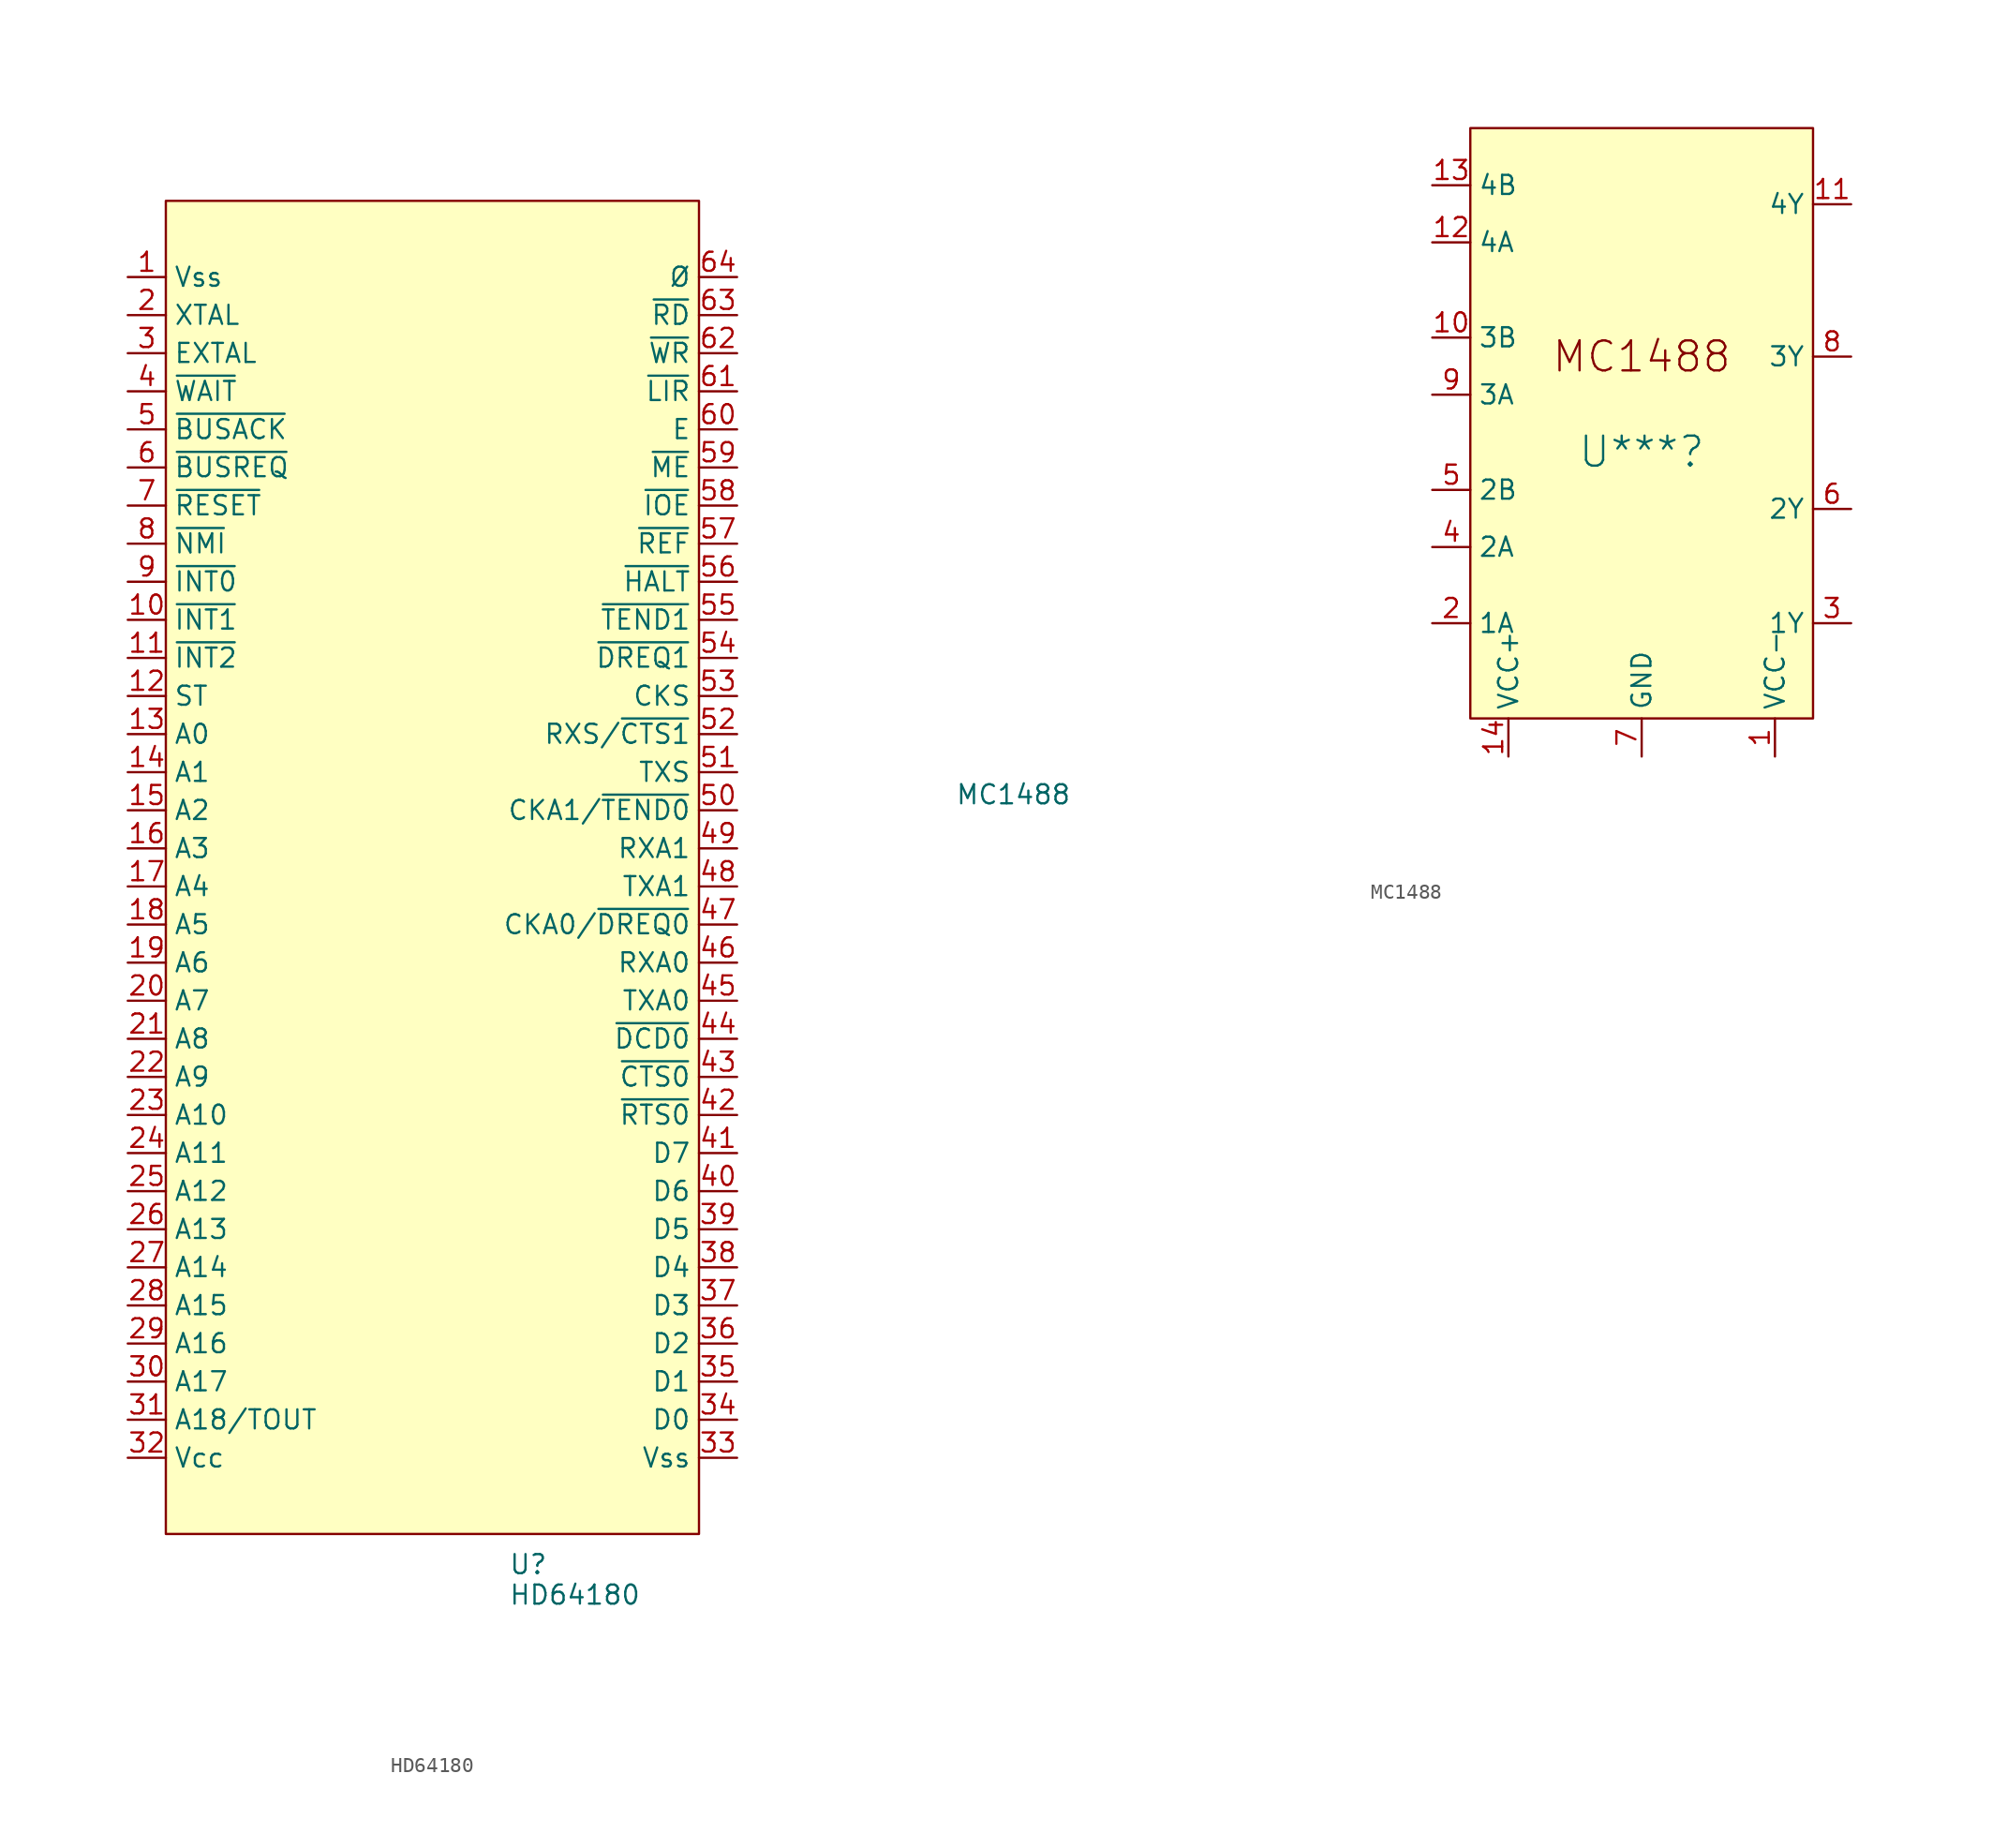
<source format=kicad_sym>
(kicad_symbol_lib
  (version 20231120)
  (generator "kicad_symbol_editor")
  (generator_version "8.0")
  (symbol "HD64180"
    (property "Reference" "U"
      (at 5.08 -46.482 0)
      (effects (font (size 1.27 1.27)) (justify left)))
    (property "Value" "HD64180"
      (at 5.08 -48.514 0)
      (effects (font (size 1.27 1.27)) (justify left)))
    (symbol "HD64180_0_0"
      (pin power_in line (at -20.32 39.37 0) (length 2.54) (name "Vss" (effects (font (size 1.27 1.27)))) (number "1" (effects (font (size 1.27 1.27)))))
      (pin input line (at -20.32 16.51 0) (length 2.54) (name "~{INT1}" (effects (font (size 1.27 1.27)))) (number "10" (effects (font (size 1.27 1.27)))))
      (pin input line (at -20.32 13.97 0) (length 2.54) (name "~{INT2}" (effects (font (size 1.27 1.27)))) (number "11" (effects (font (size 1.27 1.27)))))
      (pin output line (at -20.32 11.43 0) (length 2.54) (name "ST" (effects (font (size 1.27 1.27)))) (number "12" (effects (font (size 1.27 1.27)))))
      (pin output line (at -20.32 8.89 0) (length 2.54) (name "A0" (effects (font (size 1.27 1.27)))) (number "13" (effects (font (size 1.27 1.27)))))
      (pin output line (at -20.32 6.35 0) (length 2.54) (name "A1" (effects (font (size 1.27 1.27)))) (number "14" (effects (font (size 1.27 1.27)))))
      (pin output line (at -20.32 3.81 0) (length 2.54) (name "A2" (effects (font (size 1.27 1.27)))) (number "15" (effects (font (size 1.27 1.27)))))
      (pin output line (at -20.32 1.27 0) (length 2.54) (name "A3" (effects (font (size 1.27 1.27)))) (number "16" (effects (font (size 1.27 1.27)))))
      (pin output line (at -20.32 -1.27 0) (length 2.54) (name "A4" (effects (font (size 1.27 1.27)))) (number "17" (effects (font (size 1.27 1.27)))))
      (pin output line (at -20.32 -3.81 0) (length 2.54) (name "A5" (effects (font (size 1.27 1.27)))) (number "18" (effects (font (size 1.27 1.27)))))
      (pin output line (at -20.32 -6.35 0) (length 2.54) (name "A6" (effects (font (size 1.27 1.27)))) (number "19" (effects (font (size 1.27 1.27)))))
      (pin input line (at -20.32 36.83 0) (length 2.54) (name "XTAL" (effects (font (size 1.27 1.27)))) (number "2" (effects (font (size 1.27 1.27)))))
      (pin output line (at -20.32 -8.89 0) (length 2.54) (name "A7" (effects (font (size 1.27 1.27)))) (number "20" (effects (font (size 1.27 1.27)))))
      (pin output line (at -20.32 -11.43 0) (length 2.54) (name "A8" (effects (font (size 1.27 1.27)))) (number "21" (effects (font (size 1.27 1.27)))))
      (pin output line (at -20.32 -13.97 0) (length 2.54) (name "A9" (effects (font (size 1.27 1.27)))) (number "22" (effects (font (size 1.27 1.27)))))
      (pin output line (at -20.32 -16.51 0) (length 2.54) (name "A10" (effects (font (size 1.27 1.27)))) (number "23" (effects (font (size 1.27 1.27)))))
      (pin output line (at -20.32 -19.05 0) (length 2.54) (name "A11" (effects (font (size 1.27 1.27)))) (number "24" (effects (font (size 1.27 1.27)))))
      (pin output line (at -20.32 -21.59 0) (length 2.54) (name "A12" (effects (font (size 1.27 1.27)))) (number "25" (effects (font (size 1.27 1.27)))))
      (pin output line (at -20.32 -24.13 0) (length 2.54) (name "A13" (effects (font (size 1.27 1.27)))) (number "26" (effects (font (size 1.27 1.27)))))
      (pin output line (at -20.32 -26.67 0) (length 2.54) (name "A14" (effects (font (size 1.27 1.27)))) (number "27" (effects (font (size 1.27 1.27)))))
      (pin output line (at -20.32 -29.21 0) (length 2.54) (name "A15" (effects (font (size 1.27 1.27)))) (number "28" (effects (font (size 1.27 1.27)))))
      (pin output line (at -20.32 -31.75 0) (length 2.54) (name "A16" (effects (font (size 1.27 1.27)))) (number "29" (effects (font (size 1.27 1.27)))))
      (pin input line (at -20.32 34.29 0) (length 2.54) (name "EXTAL" (effects (font (size 1.27 1.27)))) (number "3" (effects (font (size 1.27 1.27)))))
      (pin output line (at -20.32 -34.29 0) (length 2.54) (name "A17" (effects (font (size 1.27 1.27)))) (number "30" (effects (font (size 1.27 1.27)))))
      (pin output line (at -20.32 -36.83 0) (length 2.54) (name "A18/TOUT" (effects (font (size 1.27 1.27)))) (number "31" (effects (font (size 1.27 1.27)))))
      (pin power_in line (at -20.32 -39.37 0) (length 2.54) (name "Vcc" (effects (font (size 1.27 1.27)))) (number "32" (effects (font (size 1.27 1.27)))))
      (pin power_in line (at 20.32 -39.37 180) (length 2.54) (name "Vss" (effects (font (size 1.27 1.27)))) (number "33" (effects (font (size 1.27 1.27)))))
      (pin bidirectional line (at 20.32 -36.83 180) (length 2.54) (name "D0" (effects (font (size 1.27 1.27)))) (number "34" (effects (font (size 1.27 1.27)))))
      (pin bidirectional line (at 20.32 -34.29 180) (length 2.54) (name "D1" (effects (font (size 1.27 1.27)))) (number "35" (effects (font (size 1.27 1.27)))))
      (pin bidirectional line (at 20.32 -31.75 180) (length 2.54) (name "D2" (effects (font (size 1.27 1.27)))) (number "36" (effects (font (size 1.27 1.27)))))
      (pin bidirectional line (at 20.32 -29.21 180) (length 2.54) (name "D3" (effects (font (size 1.27 1.27)))) (number "37" (effects (font (size 1.27 1.27)))))
      (pin bidirectional line (at 20.32 -26.67 180) (length 2.54) (name "D4" (effects (font (size 1.27 1.27)))) (number "38" (effects (font (size 1.27 1.27)))))
      (pin bidirectional line (at 20.32 -24.13 180) (length 2.54) (name "D5" (effects (font (size 1.27 1.27)))) (number "39" (effects (font (size 1.27 1.27)))))
      (pin output line (at -20.32 31.75 0) (length 2.54) (name "~{WAIT}" (effects (font (size 1.27 1.27)))) (number "4" (effects (font (size 1.27 1.27)))))
      (pin bidirectional line (at 20.32 -21.59 180) (length 2.54) (name "D6" (effects (font (size 1.27 1.27)))) (number "40" (effects (font (size 1.27 1.27)))))
      (pin bidirectional line (at 20.32 -19.05 180) (length 2.54) (name "D7" (effects (font (size 1.27 1.27)))) (number "41" (effects (font (size 1.27 1.27)))))
      (pin input line (at 20.32 -13.97 180) (length 2.54) (name "~{CTS0}" (effects (font (size 1.27 1.27)))) (number "43" (effects (font (size 1.27 1.27)))))
      (pin input line (at 20.32 -11.43 180) (length 2.54) (name "~{DCD0}" (effects (font (size 1.27 1.27)))) (number "44" (effects (font (size 1.27 1.27)))))
      (pin output line (at 20.32 -8.89 180) (length 2.54) (name "TXA0" (effects (font (size 1.27 1.27)))) (number "45" (effects (font (size 1.27 1.27)))))
      (pin input line (at 20.32 -6.35 180) (length 2.54) (name "RXA0" (effects (font (size 1.27 1.27)))) (number "46" (effects (font (size 1.27 1.27)))))
      (pin bidirectional line (at 20.32 -3.81 180) (length 2.54) (name "CKA0/~{DREQ0}" (effects (font (size 1.27 1.27)))) (number "47" (effects (font (size 1.27 1.27)))))
      (pin output line (at 20.32 -1.27 180) (length 2.54) (name "TXA1" (effects (font (size 1.27 1.27)))) (number "48" (effects (font (size 1.27 1.27)))))
      (pin input line (at 20.32 1.27 180) (length 2.54) (name "RXA1" (effects (font (size 1.27 1.27)))) (number "49" (effects (font (size 1.27 1.27)))))
      (pin output line (at -20.32 29.21 0) (length 2.54) (name "~{BUSACK}" (effects (font (size 1.27 1.27)))) (number "5" (effects (font (size 1.27 1.27)))))
      (pin bidirectional line (at 20.32 3.81 180) (length 2.54) (name "CKA1/~{TEND0}" (effects (font (size 1.27 1.27)))) (number "50" (effects (font (size 1.27 1.27)))))
      (pin output line (at 20.32 6.35 180) (length 2.54) (name "TXS" (effects (font (size 1.27 1.27)))) (number "51" (effects (font (size 1.27 1.27)))))
      (pin input line (at 20.32 8.89 180) (length 2.54) (name "RXS/~{CTS1}" (effects (font (size 1.27 1.27)))) (number "52" (effects (font (size 1.27 1.27)))))
      (pin bidirectional line (at 20.32 11.43 180) (length 2.54) (name "CKS" (effects (font (size 1.27 1.27)))) (number "53" (effects (font (size 1.27 1.27)))))
      (pin input line (at 20.32 13.97 180) (length 2.54) (name "~{DREQ1}" (effects (font (size 1.27 1.27)))) (number "54" (effects (font (size 1.27 1.27)))))
      (pin output line (at 20.32 16.51 180) (length 2.54) (name "~{TEND1}" (effects (font (size 1.27 1.27)))) (number "55" (effects (font (size 1.27 1.27)))))
      (pin output line (at 20.32 19.05 180) (length 2.54) (name "~{HALT}" (effects (font (size 1.27 1.27)))) (number "56" (effects (font (size 1.27 1.27)))))
      (pin output line (at 20.32 21.59 180) (length 2.54) (name "~{REF}" (effects (font (size 1.27 1.27)))) (number "57" (effects (font (size 1.27 1.27)))))
      (pin output line (at 20.32 24.13 180) (length 2.54) (name "~{IOE}" (effects (font (size 1.27 1.27)))) (number "58" (effects (font (size 1.27 1.27)))))
      (pin output line (at 20.32 26.67 180) (length 2.54) (name "~{ME}" (effects (font (size 1.27 1.27)))) (number "59" (effects (font (size 1.27 1.27)))))
      (pin input line (at -20.32 26.67 0) (length 2.54) (name "~{BUSREQ}" (effects (font (size 1.27 1.27)))) (number "6" (effects (font (size 1.27 1.27)))))
      (pin output line (at 20.32 29.21 180) (length 2.54) (name "E" (effects (font (size 1.27 1.27)))) (number "60" (effects (font (size 1.27 1.27)))))
      (pin output line (at 20.32 31.75 180) (length 2.54) (name "~{LIR}" (effects (font (size 1.27 1.27)))) (number "61" (effects (font (size 1.27 1.27)))))
      (pin output line (at 20.32 34.29 180) (length 2.54) (name "~{WR}" (effects (font (size 1.27 1.27)))) (number "62" (effects (font (size 1.27 1.27)))))
      (pin output line (at 20.32 36.83 180) (length 2.54) (name "~{RD}" (effects (font (size 1.27 1.27)))) (number "63" (effects (font (size 1.27 1.27)))))
      (pin output line (at 20.32 39.37 180) (length 2.54) (name "Ø" (effects (font (size 1.27 1.27)))) (number "64" (effects (font (size 1.27 1.27)))))
      (pin input line (at -20.32 24.13 0) (length 2.54) (name "~{RESET}" (effects (font (size 1.27 1.27)))) (number "7" (effects (font (size 1.27 1.27)))))
      (pin input line (at -20.32 21.59 0) (length 2.54) (name "~{NMI}" (effects (font (size 1.27 1.27)))) (number "8" (effects (font (size 1.27 1.27)))))
      (pin input line (at -20.32 19.05 0) (length 2.54) (name "~{INT0}" (effects (font (size 1.27 1.27)))) (number "9" (effects (font (size 1.27 1.27))))))
    (symbol "HD64180_1_0"
      (pin output line (at 20.32 -16.51 180) (length 2.54) (name "~{RTS0}" (effects (font (size 1.27 1.27)))) (number "42" (effects (font (size 1.27 1.27))))))
    (symbol "HD64180_1_1"
      (rectangle (start -17.78 44.45) (end 17.78 -44.45) (stroke (width 0) (type default)) (fill (type background)))))
  (symbol "MC1488"
    (property "Reference" "U***"
      (at 0 -2.54 0)
      (effects (font (size 2 2))))
    (property "Value" "MC1488"
      (at -41.91 -25.4 0)
      (effects (font (size 1.27 1.27))))
    (symbol "MC1488_0_0"
      (pin power_in line (at 8.89 -22.86 90) (length 2.54) (name "VCC-" (effects (font (size 1.27 1.27)))) (number "1" (effects (font (size 1.27 1.27)))))
      (pin input line (at -13.97 5.08 0) (length 2.54) (name "3B" (effects (font (size 1.27 1.27)))) (number "10" (effects (font (size 1.27 1.27)))))
      (pin output line (at 13.97 13.97 180) (length 2.54) (name "4Y" (effects (font (size 1.27 1.27)))) (number "11" (effects (font (size 1.27 1.27)))))
      (pin input line (at -13.97 11.43 0) (length 2.54) (name "4A" (effects (font (size 1.27 1.27)))) (number "12" (effects (font (size 1.27 1.27)))))
      (pin input line (at -13.97 15.24 0) (length 2.54) (name "4B" (effects (font (size 1.27 1.27)))) (number "13" (effects (font (size 1.27 1.27)))))
      (pin power_in line (at -8.89 -22.86 90) (length 2.54) (name "VCC+" (effects (font (size 1.27 1.27)))) (number "14" (effects (font (size 1.27 1.27)))))
      (pin input line (at -13.97 -13.97 0) (length 2.54) (name "1A" (effects (font (size 1.27 1.27)))) (number "2" (effects (font (size 1.27 1.27)))))
      (pin output line (at 13.97 -13.97 180) (length 2.54) (name "1Y" (effects (font (size 1.27 1.27)))) (number "3" (effects (font (size 1.27 1.27)))))
      (pin input line (at -13.97 -8.89 0) (length 2.54) (name "2A" (effects (font (size 1.27 1.27)))) (number "4" (effects (font (size 1.27 1.27)))))
      (pin input line (at -13.97 -5.08 0) (length 2.54) (name "2B" (effects (font (size 1.27 1.27)))) (number "5" (effects (font (size 1.27 1.27)))))
      (pin output line (at 13.97 -6.35 180) (length 2.54) (name "2Y" (effects (font (size 1.27 1.27)))) (number "6" (effects (font (size 1.27 1.27)))))
      (pin power_in line (at 0 -22.86 90) (length 2.54) (name "GND" (effects (font (size 1.27 1.27)))) (number "7" (effects (font (size 1.27 1.27)))))
      (pin output line (at 13.97 3.81 180) (length 2.54) (name "3Y" (effects (font (size 1.27 1.27)))) (number "8" (effects (font (size 1.27 1.27)))))
      (pin input line (at -13.97 1.27 0) (length 2.54) (name "3A" (effects (font (size 1.27 1.27)))) (number "9" (effects (font (size 1.27 1.27))))))
    (symbol "MC1488_1_1"
      (rectangle (start -11.43 19.05) (end 11.43 -20.32) (stroke (width 0) (type solid)) (fill (type background)))
      (text "MC1488" (at 0 3.81 0) (effects (font (size 2 2)))))))
</source>
